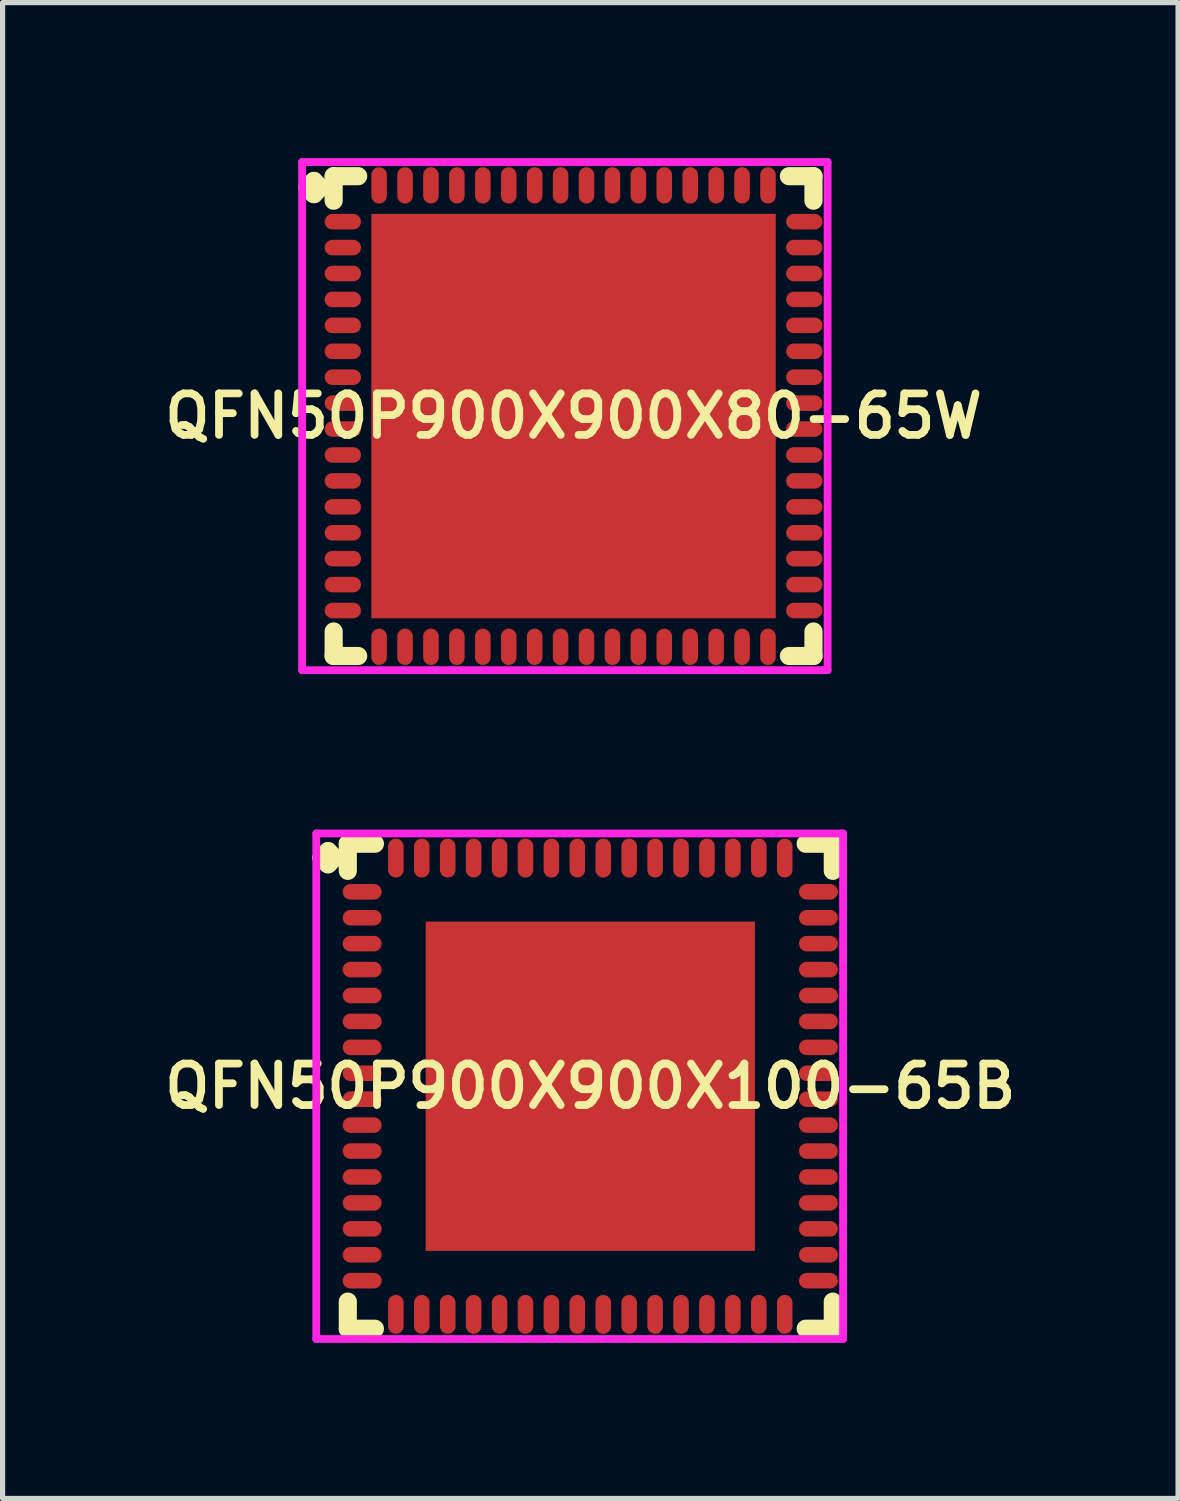
<source format=kicad_pcb>
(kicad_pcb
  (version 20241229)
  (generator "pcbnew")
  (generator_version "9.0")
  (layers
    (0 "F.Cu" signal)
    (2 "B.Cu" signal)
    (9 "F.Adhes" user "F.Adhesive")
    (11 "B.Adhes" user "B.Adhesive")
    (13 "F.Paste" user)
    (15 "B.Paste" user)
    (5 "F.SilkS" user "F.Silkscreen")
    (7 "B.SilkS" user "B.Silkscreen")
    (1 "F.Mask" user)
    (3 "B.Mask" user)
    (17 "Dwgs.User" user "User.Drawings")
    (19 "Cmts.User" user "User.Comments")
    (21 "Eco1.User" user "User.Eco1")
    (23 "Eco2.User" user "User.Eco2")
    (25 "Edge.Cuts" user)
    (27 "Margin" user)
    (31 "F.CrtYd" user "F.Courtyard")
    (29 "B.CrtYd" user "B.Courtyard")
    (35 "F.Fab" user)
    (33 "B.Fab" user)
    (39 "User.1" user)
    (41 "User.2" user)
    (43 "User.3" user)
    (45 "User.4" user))
  (footprint "QFN50P900X900X80-65W"
    (layer "F.Cu")
    (at 8.012 4.975)
    (property "Reference" "QFN50P900X900X80-65W" (at 0 0 0) (layer "F.SilkS") (effects (font (size 0.8 0.8) (thickness 0.15))))
    (attr smd)
    (fp_line (start -5.135 -4.408) (end -5.008 -4.535) (stroke (width 0.35) (type solid)) (layer "F.SilkS"))
    (fp_line (start -5.008 -4.535) (end -4.881 -4.408) (stroke (width 0.35) (type solid)) (layer "F.SilkS"))
    (fp_line (start -5.008 -4.281) (end -5.135 -4.408) (stroke (width 0.35) (type solid)) (layer "F.SilkS"))
    (fp_line (start -4.881 -4.408) (end -5.008 -4.281) (stroke (width 0.35) (type solid)) (layer "F.SilkS"))
    (fp_line (start -4.627 -4.627) (end -4.154 -4.627) (stroke (width 0.35) (type solid)) (layer "F.SilkS"))
    (fp_line (start -4.627 -4.154) (end -4.627 -4.627) (stroke (width 0.35) (type solid)) (layer "F.SilkS"))
    (fp_line (start -4.627 4.154) (end -4.627 4.627) (stroke (width 0.35) (type solid)) (layer "F.SilkS"))
    (fp_line (start -4.627 4.627) (end -4.154 4.627) (stroke (width 0.35) (type solid)) (layer "F.SilkS"))
    (fp_line (start 4.154 -4.627) (end 4.627 -4.627) (stroke (width 0.35) (type solid)) (layer "F.SilkS"))
    (fp_line (start 4.154 4.627) (end 4.627 4.627) (stroke (width 0.35) (type solid)) (layer "F.SilkS"))
    (fp_line (start 4.627 -4.627) (end 4.627 -4.154) (stroke (width 0.35) (type solid)) (layer "F.SilkS"))
    (fp_line (start 4.627 4.627) (end 4.627 4.154) (stroke (width 0.35) (type solid)) (layer "F.SilkS"))
    (fp_line (start -5.235 -4.9) (end 4.9 -4.9) (stroke (width 0.15) (type solid)) (layer "F.CrtYd"))
    (fp_line (start -5.235 4.9) (end -5.235 -4.9) (stroke (width 0.15) (type solid)) (layer "F.CrtYd"))
    (fp_line (start 4.9 -4.9) (end 4.9 4.9) (stroke (width 0.15) (type solid)) (layer "F.CrtYd"))
    (fp_line (start 4.9 4.9) (end -5.235 4.9) (stroke (width 0.15) (type solid)) (layer "F.CrtYd"))
    (pad "1" smd oval (at -4.45 -3.75) (size 0.7 0.3) (layers "F.Cu" "F.Mask" "F.Paste"))
    (pad "2" smd oval (at -4.45 -3.25) (size 0.7 0.3) (layers "F.Cu" "F.Mask" "F.Paste"))
    (pad "3" smd oval (at -4.45 -2.75) (size 0.7 0.3) (layers "F.Cu" "F.Mask" "F.Paste"))
    (pad "4" smd oval (at -4.45 -2.25) (size 0.7 0.3) (layers "F.Cu" "F.Mask" "F.Paste"))
    (pad "5" smd oval (at -4.45 -1.75) (size 0.7 0.3) (layers "F.Cu" "F.Mask" "F.Paste"))
    (pad "6" smd oval (at -4.45 -1.25) (size 0.7 0.3) (layers "F.Cu" "F.Mask" "F.Paste"))
    (pad "7" smd oval (at -4.45 -0.75) (size 0.7 0.3) (layers "F.Cu" "F.Mask" "F.Paste"))
    (pad "8" smd oval (at -4.45 -0.25) (size 0.7 0.3) (layers "F.Cu" "F.Mask" "F.Paste"))
    (pad "9" smd oval (at -4.45 0.25) (size 0.7 0.3) (layers "F.Cu" "F.Mask" "F.Paste"))
    (pad "10" smd oval (at -4.45 0.75) (size 0.7 0.3) (layers "F.Cu" "F.Mask" "F.Paste"))
    (pad "11" smd oval (at -4.45 1.25) (size 0.7 0.3) (layers "F.Cu" "F.Mask" "F.Paste"))
    (pad "12" smd oval (at -4.45 1.75) (size 0.7 0.3) (layers "F.Cu" "F.Mask" "F.Paste"))
    (pad "13" smd oval (at -4.45 2.25) (size 0.7 0.3) (layers "F.Cu" "F.Mask" "F.Paste"))
    (pad "14" smd oval (at -4.45 2.75) (size 0.7 0.3) (layers "F.Cu" "F.Mask" "F.Paste"))
    (pad "15" smd oval (at -4.45 3.25) (size 0.7 0.3) (layers "F.Cu" "F.Mask" "F.Paste"))
    (pad "16" smd oval (at -4.45 3.75) (size 0.7 0.3) (layers "F.Cu" "F.Mask" "F.Paste"))
    (pad "17" smd oval (at -3.75 4.45) (size 0.3 0.7) (layers "F.Cu" "F.Mask" "F.Paste"))
    (pad "18" smd oval (at -3.25 4.45) (size 0.3 0.7) (layers "F.Cu" "F.Mask" "F.Paste"))
    (pad "19" smd oval (at -2.75 4.45) (size 0.3 0.7) (layers "F.Cu" "F.Mask" "F.Paste"))
    (pad "20" smd oval (at -2.25 4.45) (size 0.3 0.7) (layers "F.Cu" "F.Mask" "F.Paste"))
    (pad "21" smd oval (at -1.75 4.45) (size 0.3 0.7) (layers "F.Cu" "F.Mask" "F.Paste"))
    (pad "22" smd oval (at -1.25 4.45) (size 0.3 0.7) (layers "F.Cu" "F.Mask" "F.Paste"))
    (pad "23" smd oval (at -0.75 4.45) (size 0.3 0.7) (layers "F.Cu" "F.Mask" "F.Paste"))
    (pad "24" smd oval (at -0.25 4.45) (size 0.3 0.7) (layers "F.Cu" "F.Mask" "F.Paste"))
    (pad "25" smd oval (at 0.25 4.45) (size 0.3 0.7) (layers "F.Cu" "F.Mask" "F.Paste"))
    (pad "26" smd oval (at 0.75 4.45) (size 0.3 0.7) (layers "F.Cu" "F.Mask" "F.Paste"))
    (pad "27" smd oval (at 1.25 4.45) (size 0.3 0.7) (layers "F.Cu" "F.Mask" "F.Paste"))
    (pad "28" smd oval (at 1.75 4.45) (size 0.3 0.7) (layers "F.Cu" "F.Mask" "F.Paste"))
    (pad "29" smd oval (at 2.25 4.45) (size 0.3 0.7) (layers "F.Cu" "F.Mask" "F.Paste"))
    (pad "30" smd oval (at 2.75 4.45) (size 0.3 0.7) (layers "F.Cu" "F.Mask" "F.Paste"))
    (pad "31" smd oval (at 3.25 4.45) (size 0.3 0.7) (layers "F.Cu" "F.Mask" "F.Paste"))
    (pad "32" smd oval (at 3.75 4.45) (size 0.3 0.7) (layers "F.Cu" "F.Mask" "F.Paste"))
    (pad "33" smd oval (at 4.45 3.75) (size 0.7 0.3) (layers "F.Cu" "F.Mask" "F.Paste"))
    (pad "34" smd oval (at 4.45 3.25) (size 0.7 0.3) (layers "F.Cu" "F.Mask" "F.Paste"))
    (pad "35" smd oval (at 4.45 2.75) (size 0.7 0.3) (layers "F.Cu" "F.Mask" "F.Paste"))
    (pad "36" smd oval (at 4.45 2.25) (size 0.7 0.3) (layers "F.Cu" "F.Mask" "F.Paste"))
    (pad "37" smd oval (at 4.45 1.75) (size 0.7 0.3) (layers "F.Cu" "F.Mask" "F.Paste"))
    (pad "38" smd oval (at 4.45 1.25) (size 0.7 0.3) (layers "F.Cu" "F.Mask" "F.Paste"))
    (pad "39" smd oval (at 4.45 0.75) (size 0.7 0.3) (layers "F.Cu" "F.Mask" "F.Paste"))
    (pad "40" smd oval (at 4.45 0.25) (size 0.7 0.3) (layers "F.Cu" "F.Mask" "F.Paste"))
    (pad "41" smd oval (at 4.45 -0.25) (size 0.7 0.3) (layers "F.Cu" "F.Mask" "F.Paste"))
    (pad "42" smd oval (at 4.45 -0.75) (size 0.7 0.3) (layers "F.Cu" "F.Mask" "F.Paste"))
    (pad "43" smd oval (at 4.45 -1.25) (size 0.7 0.3) (layers "F.Cu" "F.Mask" "F.Paste"))
    (pad "44" smd oval (at 4.45 -1.75) (size 0.7 0.3) (layers "F.Cu" "F.Mask" "F.Paste"))
    (pad "45" smd oval (at 4.45 -2.25) (size 0.7 0.3) (layers "F.Cu" "F.Mask" "F.Paste"))
    (pad "46" smd oval (at 4.45 -2.75) (size 0.7 0.3) (layers "F.Cu" "F.Mask" "F.Paste"))
    (pad "47" smd oval (at 4.45 -3.25) (size 0.7 0.3) (layers "F.Cu" "F.Mask" "F.Paste"))
    (pad "48" smd oval (at 4.45 -3.75) (size 0.7 0.3) (layers "F.Cu" "F.Mask" "F.Paste"))
    (pad "49" smd oval (at 3.75 -4.45) (size 0.3 0.7) (layers "F.Cu" "F.Mask" "F.Paste"))
    (pad "50" smd oval (at 3.25 -4.45) (size 0.3 0.7) (layers "F.Cu" "F.Mask" "F.Paste"))
    (pad "51" smd oval (at 2.75 -4.45) (size 0.3 0.7) (layers "F.Cu" "F.Mask" "F.Paste"))
    (pad "52" smd oval (at 2.25 -4.45) (size 0.3 0.7) (layers "F.Cu" "F.Mask" "F.Paste"))
    (pad "53" smd oval (at 1.75 -4.45) (size 0.3 0.7) (layers "F.Cu" "F.Mask" "F.Paste"))
    (pad "54" smd oval (at 1.25 -4.45) (size 0.3 0.7) (layers "F.Cu" "F.Mask" "F.Paste"))
    (pad "55" smd oval (at 0.75 -4.45) (size 0.3 0.7) (layers "F.Cu" "F.Mask" "F.Paste"))
    (pad "56" smd oval (at 0.25 -4.45) (size 0.3 0.7) (layers "F.Cu" "F.Mask" "F.Paste"))
    (pad "57" smd oval (at -0.25 -4.45) (size 0.3 0.7) (layers "F.Cu" "F.Mask" "F.Paste"))
    (pad "58" smd oval (at -0.75 -4.45) (size 0.3 0.7) (layers "F.Cu" "F.Mask" "F.Paste"))
    (pad "59" smd oval (at -1.25 -4.45) (size 0.3 0.7) (layers "F.Cu" "F.Mask" "F.Paste"))
    (pad "60" smd oval (at -1.75 -4.45) (size 0.3 0.7) (layers "F.Cu" "F.Mask" "F.Paste"))
    (pad "61" smd oval (at -2.25 -4.45) (size 0.3 0.7) (layers "F.Cu" "F.Mask" "F.Paste"))
    (pad "62" smd oval (at -2.75 -4.45) (size 0.3 0.7) (layers "F.Cu" "F.Mask" "F.Paste"))
    (pad "63" smd oval (at -3.25 -4.45) (size 0.3 0.7) (layers "F.Cu" "F.Mask" "F.Paste"))
    (pad "64" smd oval (at -3.75 -4.45) (size 0.3 0.7) (layers "F.Cu" "F.Mask" "F.Paste"))
    (pad "65" smd rect (at 0 0) (size 7.8 7.8) (layers "F.Cu" "F.Mask" "F.Paste")))
  (footprint "QFN50P900X900X100-65B"
    (layer "F.Cu")
    (at 8.335 17.9)
    (property "Reference" "QFN50P900X900X100-65B" (at 0 0 0) (layer "F.SilkS") (effects (font (size 0.8 0.8) (thickness 0.15))))
    (attr through_hole)
    (fp_line (start -5.185 -4.408) (end -5.058 -4.535) (stroke (width 0.35) (type solid)) (layer "F.SilkS"))
    (fp_line (start -5.058 -4.535) (end -4.931 -4.408) (stroke (width 0.35) (type solid)) (layer "F.SilkS"))
    (fp_line (start -5.058 -4.281) (end -5.185 -4.408) (stroke (width 0.35) (type solid)) (layer "F.SilkS"))
    (fp_line (start -4.931 -4.408) (end -5.058 -4.281) (stroke (width 0.35) (type solid)) (layer "F.SilkS"))
    (fp_line (start -4.677 -4.677) (end -4.154 -4.677) (stroke (width 0.35) (type solid)) (layer "F.SilkS"))
    (fp_line (start -4.677 -4.154) (end -4.677 -4.677) (stroke (width 0.35) (type solid)) (layer "F.SilkS"))
    (fp_line (start -4.677 4.154) (end -4.677 4.677) (stroke (width 0.35) (type solid)) (layer "F.SilkS"))
    (fp_line (start -4.677 4.677) (end -4.154 4.677) (stroke (width 0.35) (type solid)) (layer "F.SilkS"))
    (fp_line (start 4.154 -4.677) (end 4.677 -4.677) (stroke (width 0.35) (type solid)) (layer "F.SilkS"))
    (fp_line (start 4.154 4.677) (end 4.677 4.677) (stroke (width 0.35) (type solid)) (layer "F.SilkS"))
    (fp_line (start 4.677 -4.677) (end 4.677 -4.154) (stroke (width 0.35) (type solid)) (layer "F.SilkS"))
    (fp_line (start 4.677 4.677) (end 4.677 4.154) (stroke (width 0.35) (type solid)) (layer "F.SilkS"))
    (fp_line (start -5.285 -4.875) (end 4.875 -4.875) (stroke (width 0.15) (type solid)) (layer "F.CrtYd"))
    (fp_line (start -5.285 4.875) (end -5.285 -4.875) (stroke (width 0.15) (type solid)) (layer "F.CrtYd"))
    (fp_line (start 4.875 -4.875) (end 4.875 4.875) (stroke (width 0.15) (type solid)) (layer "F.CrtYd"))
    (fp_line (start 4.875 4.875) (end -5.285 4.875) (stroke (width 0.15) (type solid)) (layer "F.CrtYd"))
    (pad "1" smd oval (at -4.4 -3.75) (size 0.75 0.3) (layers "F.Cu" "F.Mask" "F.Paste"))
    (pad "2" smd oval (at -4.4 -3.25) (size 0.75 0.3) (layers "F.Cu" "F.Mask" "F.Paste"))
    (pad "3" smd oval (at -4.4 -2.75) (size 0.75 0.3) (layers "F.Cu" "F.Mask" "F.Paste"))
    (pad "4" smd oval (at -4.4 -2.25) (size 0.75 0.3) (layers "F.Cu" "F.Mask" "F.Paste"))
    (pad "5" smd oval (at -4.4 -1.75) (size 0.75 0.3) (layers "F.Cu" "F.Mask" "F.Paste"))
    (pad "6" smd oval (at -4.4 -1.25) (size 0.75 0.3) (layers "F.Cu" "F.Mask" "F.Paste"))
    (pad "7" smd oval (at -4.4 -0.75) (size 0.75 0.3) (layers "F.Cu" "F.Mask" "F.Paste"))
    (pad "8" smd oval (at -4.4 -0.25) (size 0.75 0.3) (layers "F.Cu" "F.Mask" "F.Paste"))
    (pad "9" smd oval (at -4.4 0.25) (size 0.75 0.3) (layers "F.Cu" "F.Mask" "F.Paste"))
    (pad "10" smd oval (at -4.4 0.75) (size 0.75 0.3) (layers "F.Cu" "F.Mask" "F.Paste"))
    (pad "11" smd oval (at -4.4 1.25) (size 0.75 0.3) (layers "F.Cu" "F.Mask" "F.Paste"))
    (pad "12" smd oval (at -4.4 1.75) (size 0.75 0.3) (layers "F.Cu" "F.Mask" "F.Paste"))
    (pad "13" smd oval (at -4.4 2.25) (size 0.75 0.3) (layers "F.Cu" "F.Mask" "F.Paste"))
    (pad "14" smd oval (at -4.4 2.75) (size 0.75 0.3) (layers "F.Cu" "F.Mask" "F.Paste"))
    (pad "15" smd oval (at -4.4 3.25) (size 0.75 0.3) (layers "F.Cu" "F.Mask" "F.Paste"))
    (pad "16" smd oval (at -4.4 3.75) (size 0.75 0.3) (layers "F.Cu" "F.Mask" "F.Paste"))
    (pad "17" smd oval (at -3.75 4.4) (size 0.3 0.75) (layers "F.Cu" "F.Mask" "F.Paste"))
    (pad "18" smd oval (at -3.25 4.4) (size 0.3 0.75) (layers "F.Cu" "F.Mask" "F.Paste"))
    (pad "19" smd oval (at -2.75 4.4) (size 0.3 0.75) (layers "F.Cu" "F.Mask" "F.Paste"))
    (pad "20" smd oval (at -2.25 4.4) (size 0.3 0.75) (layers "F.Cu" "F.Mask" "F.Paste"))
    (pad "21" smd oval (at -1.75 4.4) (size 0.3 0.75) (layers "F.Cu" "F.Mask" "F.Paste"))
    (pad "22" smd oval (at -1.25 4.4) (size 0.3 0.75) (layers "F.Cu" "F.Mask" "F.Paste"))
    (pad "23" smd oval (at -0.75 4.4) (size 0.3 0.75) (layers "F.Cu" "F.Mask" "F.Paste"))
    (pad "24" smd oval (at -0.25 4.4) (size 0.3 0.75) (layers "F.Cu" "F.Mask" "F.Paste"))
    (pad "25" smd oval (at 0.25 4.4) (size 0.3 0.75) (layers "F.Cu" "F.Mask" "F.Paste"))
    (pad "26" smd oval (at 0.75 4.4) (size 0.3 0.75) (layers "F.Cu" "F.Mask" "F.Paste"))
    (pad "27" smd oval (at 1.25 4.4) (size 0.3 0.75) (layers "F.Cu" "F.Mask" "F.Paste"))
    (pad "28" smd oval (at 1.75 4.4) (size 0.3 0.75) (layers "F.Cu" "F.Mask" "F.Paste"))
    (pad "29" smd oval (at 2.25 4.4) (size 0.3 0.75) (layers "F.Cu" "F.Mask" "F.Paste"))
    (pad "30" smd oval (at 2.75 4.4) (size 0.3 0.75) (layers "F.Cu" "F.Mask" "F.Paste"))
    (pad "31" smd oval (at 3.25 4.4) (size 0.3 0.75) (layers "F.Cu" "F.Mask" "F.Paste"))
    (pad "32" smd oval (at 3.75 4.4) (size 0.3 0.75) (layers "F.Cu" "F.Mask" "F.Paste"))
    (pad "33" smd oval (at 4.4 3.75) (size 0.75 0.3) (layers "F.Cu" "F.Mask" "F.Paste"))
    (pad "34" smd oval (at 4.4 3.25) (size 0.75 0.3) (layers "F.Cu" "F.Mask" "F.Paste"))
    (pad "35" smd oval (at 4.4 2.75) (size 0.75 0.3) (layers "F.Cu" "F.Mask" "F.Paste"))
    (pad "36" smd oval (at 4.4 2.25) (size 0.75 0.3) (layers "F.Cu" "F.Mask" "F.Paste"))
    (pad "37" smd oval (at 4.4 1.75) (size 0.75 0.3) (layers "F.Cu" "F.Mask" "F.Paste"))
    (pad "38" smd oval (at 4.4 1.25) (size 0.75 0.3) (layers "F.Cu" "F.Mask" "F.Paste"))
    (pad "39" smd oval (at 4.4 0.75) (size 0.75 0.3) (layers "F.Cu" "F.Mask" "F.Paste"))
    (pad "40" smd oval (at 4.4 0.25) (size 0.75 0.3) (layers "F.Cu" "F.Mask" "F.Paste"))
    (pad "41" smd oval (at 4.4 -0.25) (size 0.75 0.3) (layers "F.Cu" "F.Mask" "F.Paste"))
    (pad "42" smd oval (at 4.4 -0.75) (size 0.75 0.3) (layers "F.Cu" "F.Mask" "F.Paste"))
    (pad "43" smd oval (at 4.4 -1.25) (size 0.75 0.3) (layers "F.Cu" "F.Mask" "F.Paste"))
    (pad "44" smd oval (at 4.4 -1.75) (size 0.75 0.3) (layers "F.Cu" "F.Mask" "F.Paste"))
    (pad "45" smd oval (at 4.4 -2.25) (size 0.75 0.3) (layers "F.Cu" "F.Mask" "F.Paste"))
    (pad "46" smd oval (at 4.4 -2.75) (size 0.75 0.3) (layers "F.Cu" "F.Mask" "F.Paste"))
    (pad "47" smd oval (at 4.4 -3.25) (size 0.75 0.3) (layers "F.Cu" "F.Mask" "F.Paste"))
    (pad "48" smd oval (at 4.4 -3.75) (size 0.75 0.3) (layers "F.Cu" "F.Mask" "F.Paste"))
    (pad "49" smd oval (at 3.75 -4.4) (size 0.3 0.75) (layers "F.Cu" "F.Mask" "F.Paste"))
    (pad "50" smd oval (at 3.25 -4.4) (size 0.3 0.75) (layers "F.Cu" "F.Mask" "F.Paste"))
    (pad "51" smd oval (at 2.75 -4.4) (size 0.3 0.75) (layers "F.Cu" "F.Mask" "F.Paste"))
    (pad "52" smd oval (at 2.25 -4.4) (size 0.3 0.75) (layers "F.Cu" "F.Mask" "F.Paste"))
    (pad "53" smd oval (at 1.75 -4.4) (size 0.3 0.75) (layers "F.Cu" "F.Mask" "F.Paste"))
    (pad "54" smd oval (at 1.25 -4.4) (size 0.3 0.75) (layers "F.Cu" "F.Mask" "F.Paste"))
    (pad "55" smd oval (at 0.75 -4.4) (size 0.3 0.75) (layers "F.Cu" "F.Mask" "F.Paste"))
    (pad "56" smd oval (at 0.25 -4.4) (size 0.3 0.75) (layers "F.Cu" "F.Mask" "F.Paste"))
    (pad "57" smd oval (at -0.25 -4.4) (size 0.3 0.75) (layers "F.Cu" "F.Mask" "F.Paste"))
    (pad "58" smd oval (at -0.75 -4.4) (size 0.3 0.75) (layers "F.Cu" "F.Mask" "F.Paste"))
    (pad "59" smd oval (at -1.25 -4.4) (size 0.3 0.75) (layers "F.Cu" "F.Mask" "F.Paste"))
    (pad "60" smd oval (at -1.75 -4.4) (size 0.3 0.75) (layers "F.Cu" "F.Mask" "F.Paste"))
    (pad "61" smd oval (at -2.25 -4.4) (size 0.3 0.75) (layers "F.Cu" "F.Mask" "F.Paste"))
    (pad "62" smd oval (at -2.75 -4.4) (size 0.3 0.75) (layers "F.Cu" "F.Mask" "F.Paste"))
    (pad "63" smd oval (at -3.25 -4.4) (size 0.3 0.75) (layers "F.Cu" "F.Mask" "F.Paste"))
    (pad "64" smd oval (at -3.75 -4.4) (size 0.3 0.75) (layers "F.Cu" "F.Mask" "F.Paste"))
    (pad "65" smd rect (at 0 0) (size 6.35 6.35) (layers "F.Cu" "F.Mask" "F.Paste")))
  (gr_rect
    (start -3 -3)
    (end 19.671 25.85)
    (stroke (width 0.1) (type default))
    (fill no)
    (layer "Edge.Cuts")))
</source>
